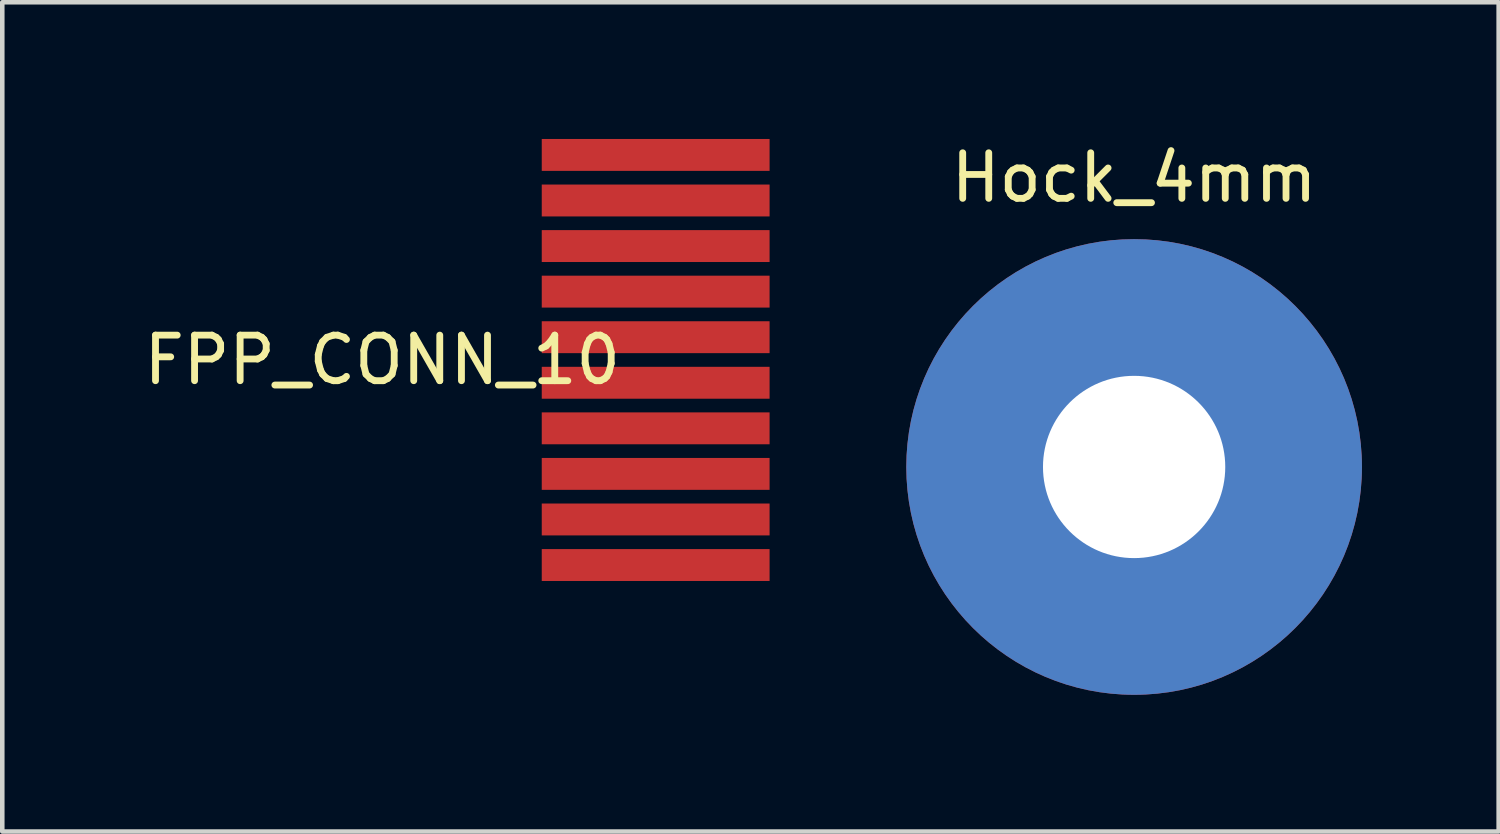
<source format=kicad_pcb>
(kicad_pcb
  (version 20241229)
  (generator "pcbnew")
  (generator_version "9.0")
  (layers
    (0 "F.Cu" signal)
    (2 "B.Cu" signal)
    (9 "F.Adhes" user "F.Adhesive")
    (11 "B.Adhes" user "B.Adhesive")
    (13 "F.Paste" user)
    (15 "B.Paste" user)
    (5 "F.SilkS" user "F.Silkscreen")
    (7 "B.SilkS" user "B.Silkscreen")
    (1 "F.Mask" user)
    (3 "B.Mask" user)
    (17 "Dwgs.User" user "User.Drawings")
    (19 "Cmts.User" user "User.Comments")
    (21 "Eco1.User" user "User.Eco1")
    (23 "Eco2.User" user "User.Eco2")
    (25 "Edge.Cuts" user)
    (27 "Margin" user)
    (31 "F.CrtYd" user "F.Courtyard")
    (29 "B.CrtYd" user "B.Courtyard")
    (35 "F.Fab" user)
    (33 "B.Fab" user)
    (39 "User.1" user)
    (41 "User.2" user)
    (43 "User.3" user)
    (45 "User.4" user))
  (footprint "Hock_4mm"
    (layer "F.Cu")
    (at 21.839 7.198)
    (property "Reference" "Hock_4mm" (at 0 -6.35 0) (layer "F.SilkS") (effects (font (size 1 1) (thickness 0.15))))
    (attr through_hole)
    (pad "1" thru_hole circle (at 0 0) (size 10 10) (drill 4) (layers "*.Cu" "*.Mask")))
  (footprint "FPP_CONN_10"
    (layer "F.Cu")
    (at 11.339 4.35)
    (property "Reference" "FPP_CONN_10" (at -6 0.5 0) (layer "F.SilkS") (effects (font (size 1 1) (thickness 0.15))))
    (attr through_hole)
    (pad "1" smd rect (at 0 -4) (size 5 0.7) (layers "F.Cu" "F.Mask" "F.Paste"))
    (pad "2" smd rect (at 0 -3) (size 5 0.7) (layers "F.Cu" "F.Mask" "F.Paste"))
    (pad "3" smd rect (at 0 -2) (size 5 0.7) (layers "F.Cu" "F.Mask" "F.Paste"))
    (pad "4" smd rect (at 0 -1) (size 5 0.7) (layers "F.Cu" "F.Mask" "F.Paste"))
    (pad "5" smd rect (at 0 0) (size 5 0.7) (layers "F.Cu" "F.Mask" "F.Paste"))
    (pad "6" smd rect (at 0 1) (size 5 0.7) (layers "F.Cu" "F.Mask" "F.Paste"))
    (pad "7" smd rect (at 0 2) (size 5 0.7) (layers "F.Cu" "F.Mask" "F.Paste"))
    (pad "8" smd rect (at 0 3) (size 5 0.7) (layers "F.Cu" "F.Mask" "F.Paste"))
    (pad "9" smd rect (at 0 4) (size 5 0.7) (layers "F.Cu" "F.Mask" "F.Paste"))
    (pad "10" smd rect (at 0 5) (size 5 0.7) (layers "F.Cu" "F.Mask" "F.Paste")))
  (gr_rect
    (start -3 -3)
    (end 29.839 15.198)
    (stroke (width 0.1) (type default))
    (fill no)
    (layer "Edge.Cuts")))
</source>
